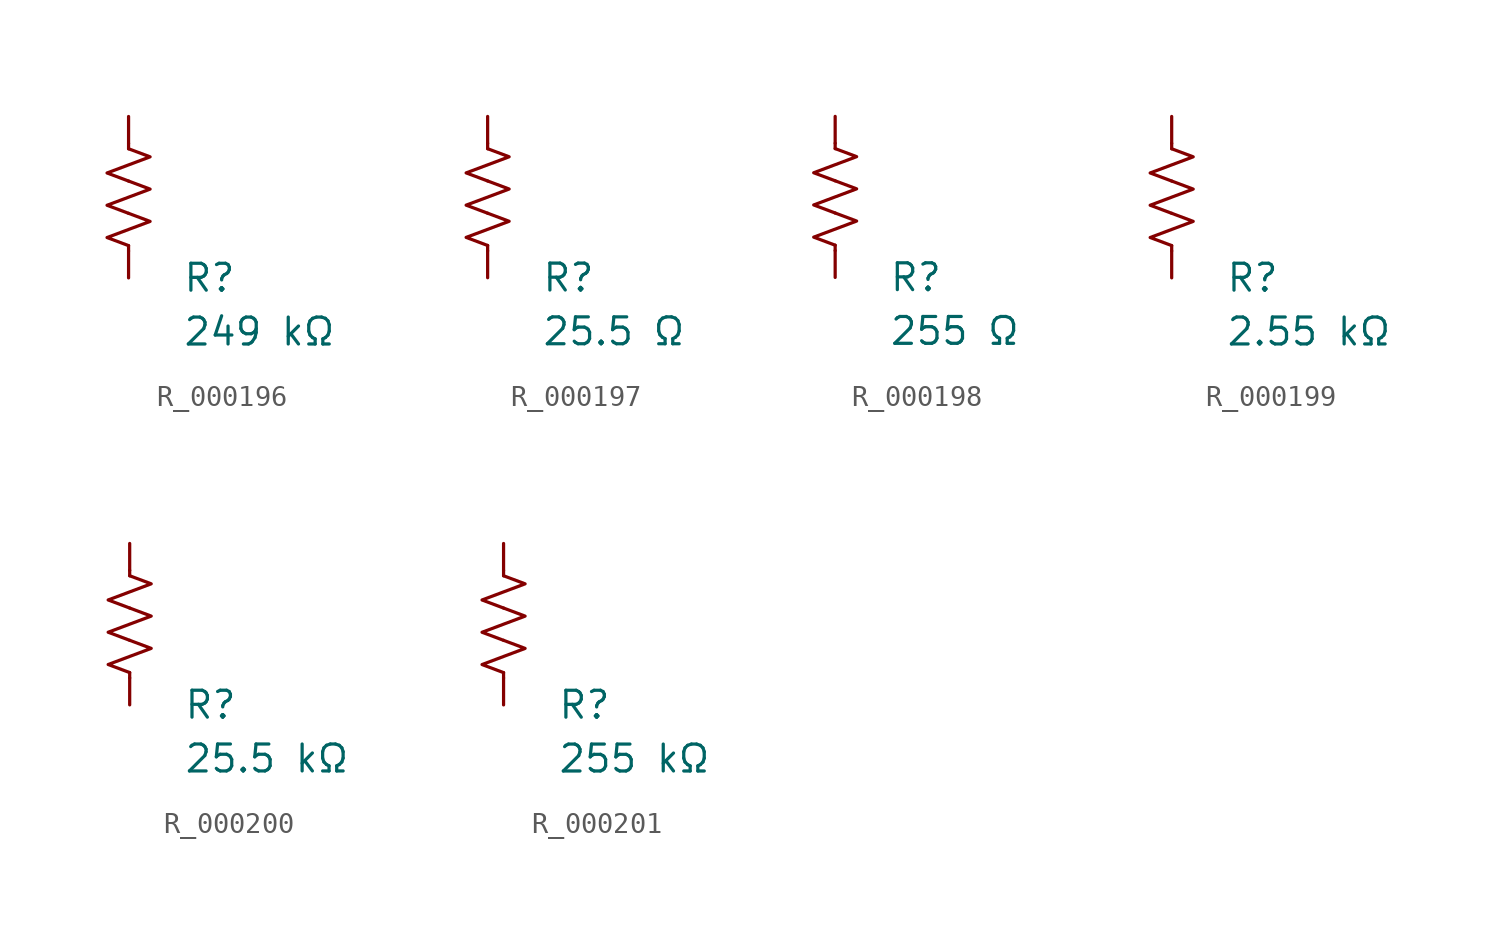
<source format=kicad_sym>
(kicad_symbol_lib
  (version 20231120)
  (generator "kicad_symbol_editor")
  (generator_version "8.0")
  (symbol "R_000196"
    (pin_numbers hide)
    (pin_names
      (offset 0))
    (property "Reference" "R"
      (at 2.54 -3.81 0)
      (effects (font (size 1.27 1.27)) (justify left))
      (show_name no))
    (property "Value" "249 kΩ"
      (at 2.54 -6.35 0)
      (effects (font (size 1.27 1.27)) (justify left))
      (show_name no))
    (symbol "R_000196_0_1"
      (polyline (pts (xy 0 -2.286) (xy 0 -2.54)) (stroke (width 0) (type default)) (fill (type none)))
      (polyline (pts (xy 0 2.286) (xy 0 2.54)) (stroke (width 0) (type default)) (fill (type none)))
      (polyline (pts (xy 0 -0.762) (xy 1.016 -1.143) (xy 0 -1.524) (xy -1.016 -1.905) (xy 0 -2.286)) (stroke (width 0) (type default)) (fill (type none)))
      (polyline (pts (xy 0 0.762) (xy 1.016 0.381) (xy 0 0) (xy -1.016 -0.381) (xy 0 -0.762)) (stroke (width 0) (type default)) (fill (type none)))
      (polyline (pts (xy 0 2.286) (xy 1.016 1.905) (xy 0 1.524) (xy -1.016 1.143) (xy 0 0.762)) (stroke (width 0) (type default)) (fill (type none))))
    (symbol "R_000196_1_1"
      (pin passive line (at 0 3.81 270) (length 1.27) (name "~" (effects (font (size 1.27 1.27)))) (number "1" (effects (font (size 1.27 1.27)))))
      (pin passive line (at 0 -3.81 90) (length 1.27) (name "~" (effects (font (size 1.27 1.27)))) (number "2" (effects (font (size 1.27 1.27)))))))
  (symbol "R_000197"
    (pin_numbers hide)
    (pin_names
      (offset 0))
    (property "Reference" "R"
      (at 2.54 -3.81 0)
      (effects (font (size 1.27 1.27)) (justify left))
      (show_name no))
    (property "Value" "25.5 Ω"
      (at 2.54 -6.35 0)
      (effects (font (size 1.27 1.27)) (justify left))
      (show_name no))
    (symbol "R_000197_0_1"
      (polyline (pts (xy 0 -2.286) (xy 0 -2.54)) (stroke (width 0) (type default)) (fill (type none)))
      (polyline (pts (xy 0 2.286) (xy 0 2.54)) (stroke (width 0) (type default)) (fill (type none)))
      (polyline (pts (xy 0 -0.762) (xy 1.016 -1.143) (xy 0 -1.524) (xy -1.016 -1.905) (xy 0 -2.286)) (stroke (width 0) (type default)) (fill (type none)))
      (polyline (pts (xy 0 0.762) (xy 1.016 0.381) (xy 0 0) (xy -1.016 -0.381) (xy 0 -0.762)) (stroke (width 0) (type default)) (fill (type none)))
      (polyline (pts (xy 0 2.286) (xy 1.016 1.905) (xy 0 1.524) (xy -1.016 1.143) (xy 0 0.762)) (stroke (width 0) (type default)) (fill (type none))))
    (symbol "R_000197_1_1"
      (pin passive line (at 0 3.81 270) (length 1.27) (name "~" (effects (font (size 1.27 1.27)))) (number "1" (effects (font (size 1.27 1.27)))))
      (pin passive line (at 0 -3.81 90) (length 1.27) (name "~" (effects (font (size 1.27 1.27)))) (number "2" (effects (font (size 1.27 1.27)))))))
  (symbol "R_000198"
    (pin_numbers hide)
    (pin_names
      (offset 0))
    (property "Reference" "R"
      (at 2.54 -3.81 0)
      (effects (font (size 1.27 1.27)) (justify left))
      (show_name no))
    (property "Value" "255 Ω"
      (at 2.54 -6.35 0)
      (effects (font (size 1.27 1.27)) (justify left))
      (show_name no))
    (symbol "R_000198_0_1"
      (polyline (pts (xy 0 -2.286) (xy 0 -2.54)) (stroke (width 0) (type default)) (fill (type none)))
      (polyline (pts (xy 0 2.286) (xy 0 2.54)) (stroke (width 0) (type default)) (fill (type none)))
      (polyline (pts (xy 0 -0.762) (xy 1.016 -1.143) (xy 0 -1.524) (xy -1.016 -1.905) (xy 0 -2.286)) (stroke (width 0) (type default)) (fill (type none)))
      (polyline (pts (xy 0 0.762) (xy 1.016 0.381) (xy 0 0) (xy -1.016 -0.381) (xy 0 -0.762)) (stroke (width 0) (type default)) (fill (type none)))
      (polyline (pts (xy 0 2.286) (xy 1.016 1.905) (xy 0 1.524) (xy -1.016 1.143) (xy 0 0.762)) (stroke (width 0) (type default)) (fill (type none))))
    (symbol "R_000198_1_1"
      (pin passive line (at 0 3.81 270) (length 1.27) (name "~" (effects (font (size 1.27 1.27)))) (number "1" (effects (font (size 1.27 1.27)))))
      (pin passive line (at 0 -3.81 90) (length 1.27) (name "~" (effects (font (size 1.27 1.27)))) (number "2" (effects (font (size 1.27 1.27)))))))
  (symbol "R_000199"
    (pin_numbers hide)
    (pin_names
      (offset 0))
    (property "Reference" "R"
      (at 2.54 -3.81 0)
      (effects (font (size 1.27 1.27)) (justify left))
      (show_name no))
    (property "Value" "2.55 kΩ"
      (at 2.54 -6.35 0)
      (effects (font (size 1.27 1.27)) (justify left))
      (show_name no))
    (symbol "R_000199_0_1"
      (polyline (pts (xy 0 -2.286) (xy 0 -2.54)) (stroke (width 0) (type default)) (fill (type none)))
      (polyline (pts (xy 0 2.286) (xy 0 2.54)) (stroke (width 0) (type default)) (fill (type none)))
      (polyline (pts (xy 0 -0.762) (xy 1.016 -1.143) (xy 0 -1.524) (xy -1.016 -1.905) (xy 0 -2.286)) (stroke (width 0) (type default)) (fill (type none)))
      (polyline (pts (xy 0 0.762) (xy 1.016 0.381) (xy 0 0) (xy -1.016 -0.381) (xy 0 -0.762)) (stroke (width 0) (type default)) (fill (type none)))
      (polyline (pts (xy 0 2.286) (xy 1.016 1.905) (xy 0 1.524) (xy -1.016 1.143) (xy 0 0.762)) (stroke (width 0) (type default)) (fill (type none))))
    (symbol "R_000199_1_1"
      (pin passive line (at 0 3.81 270) (length 1.27) (name "~" (effects (font (size 1.27 1.27)))) (number "1" (effects (font (size 1.27 1.27)))))
      (pin passive line (at 0 -3.81 90) (length 1.27) (name "~" (effects (font (size 1.27 1.27)))) (number "2" (effects (font (size 1.27 1.27)))))))
  (symbol "R_000200"
    (pin_numbers hide)
    (pin_names
      (offset 0))
    (property "Reference" "R"
      (at 2.54 -3.81 0)
      (effects (font (size 1.27 1.27)) (justify left))
      (show_name no))
    (property "Value" "25.5 kΩ"
      (at 2.54 -6.35 0)
      (effects (font (size 1.27 1.27)) (justify left))
      (show_name no))
    (symbol "R_000200_0_1"
      (polyline (pts (xy 0 -2.286) (xy 0 -2.54)) (stroke (width 0) (type default)) (fill (type none)))
      (polyline (pts (xy 0 2.286) (xy 0 2.54)) (stroke (width 0) (type default)) (fill (type none)))
      (polyline (pts (xy 0 -0.762) (xy 1.016 -1.143) (xy 0 -1.524) (xy -1.016 -1.905) (xy 0 -2.286)) (stroke (width 0) (type default)) (fill (type none)))
      (polyline (pts (xy 0 0.762) (xy 1.016 0.381) (xy 0 0) (xy -1.016 -0.381) (xy 0 -0.762)) (stroke (width 0) (type default)) (fill (type none)))
      (polyline (pts (xy 0 2.286) (xy 1.016 1.905) (xy 0 1.524) (xy -1.016 1.143) (xy 0 0.762)) (stroke (width 0) (type default)) (fill (type none))))
    (symbol "R_000200_1_1"
      (pin passive line (at 0 3.81 270) (length 1.27) (name "~" (effects (font (size 1.27 1.27)))) (number "1" (effects (font (size 1.27 1.27)))))
      (pin passive line (at 0 -3.81 90) (length 1.27) (name "~" (effects (font (size 1.27 1.27)))) (number "2" (effects (font (size 1.27 1.27)))))))
  (symbol "R_000201"
    (pin_numbers hide)
    (pin_names
      (offset 0))
    (property "Reference" "R"
      (at 2.54 -3.81 0)
      (effects (font (size 1.27 1.27)) (justify left))
      (show_name no))
    (property "Value" "255 kΩ"
      (at 2.54 -6.35 0)
      (effects (font (size 1.27 1.27)) (justify left))
      (show_name no))
    (symbol "R_000201_0_1"
      (polyline (pts (xy 0 -2.286) (xy 0 -2.54)) (stroke (width 0) (type default)) (fill (type none)))
      (polyline (pts (xy 0 2.286) (xy 0 2.54)) (stroke (width 0) (type default)) (fill (type none)))
      (polyline (pts (xy 0 -0.762) (xy 1.016 -1.143) (xy 0 -1.524) (xy -1.016 -1.905) (xy 0 -2.286)) (stroke (width 0) (type default)) (fill (type none)))
      (polyline (pts (xy 0 0.762) (xy 1.016 0.381) (xy 0 0) (xy -1.016 -0.381) (xy 0 -0.762)) (stroke (width 0) (type default)) (fill (type none)))
      (polyline (pts (xy 0 2.286) (xy 1.016 1.905) (xy 0 1.524) (xy -1.016 1.143) (xy 0 0.762)) (stroke (width 0) (type default)) (fill (type none))))
    (symbol "R_000201_1_1"
      (pin passive line (at 0 3.81 270) (length 1.27) (name "~" (effects (font (size 1.27 1.27)))) (number "1" (effects (font (size 1.27 1.27)))))
      (pin passive line (at 0 -3.81 90) (length 1.27) (name "~" (effects (font (size 1.27 1.27)))) (number "2" (effects (font (size 1.27 1.27))))))))
</source>
